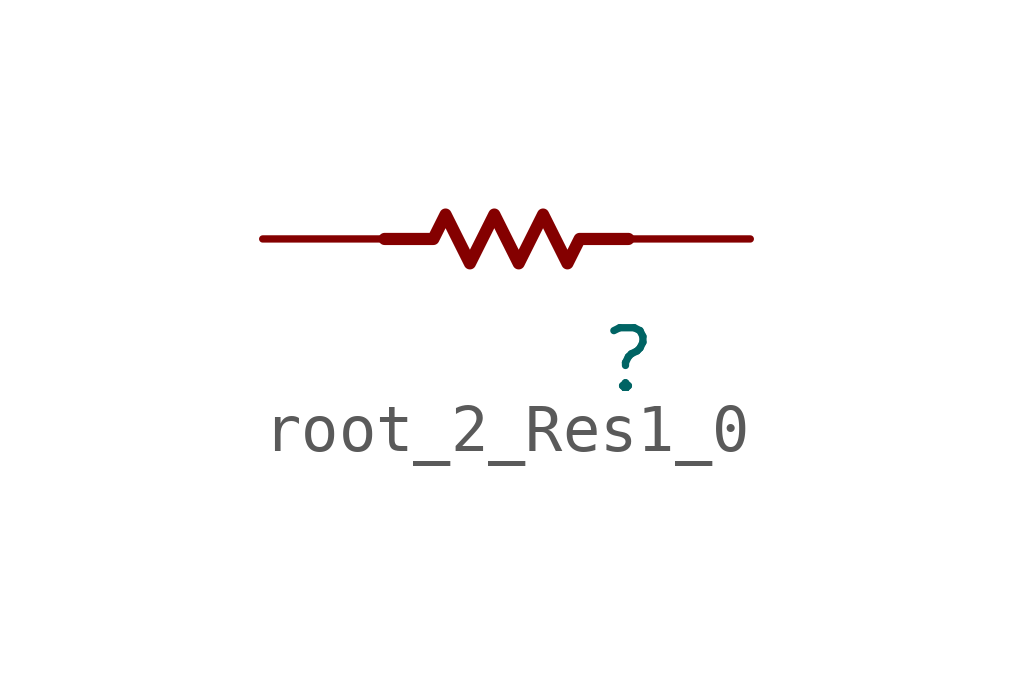
<source format=kicad_sym>
(kicad_symbol_lib
  (version 20231120)
  (generator "kicad_symbol_editor")
  (generator_version "8.0")
  (symbol "root_2_Res1_0"
    (property "Reference" ""
      (at 0 0 0)
      (effects (font (size 1.27 1.27))))
    (property "Value" ""
      (at 0 0 0)
      (effects (font (size 1.27 1.27))))
    (symbol "root_2_Res1_0_1_0"
      (polyline (pts (xy -5.08 2.54) (xy -4.064 2.54) (xy -3.81 3.048) (xy -3.302 2.032) (xy -2.794 3.048) (xy -2.286 2.032) (xy -1.778 3.048) (xy -1.27 2.032) (xy -1.016 2.54) (xy 0 2.54)) (stroke (width 0.254) (type solid)) (fill (type none)))
      (pin passive line (at 2.54 2.54 180) (length 2.54) (name "1" (effects (font (size 0 0)))) (number "1" (effects (font (size 0 0)))))
      (pin passive line (at -7.62 2.54 0) (length 2.54) (name "2" (effects (font (size 0 0)))) (number "2" (effects (font (size 0 0))))))))
</source>
